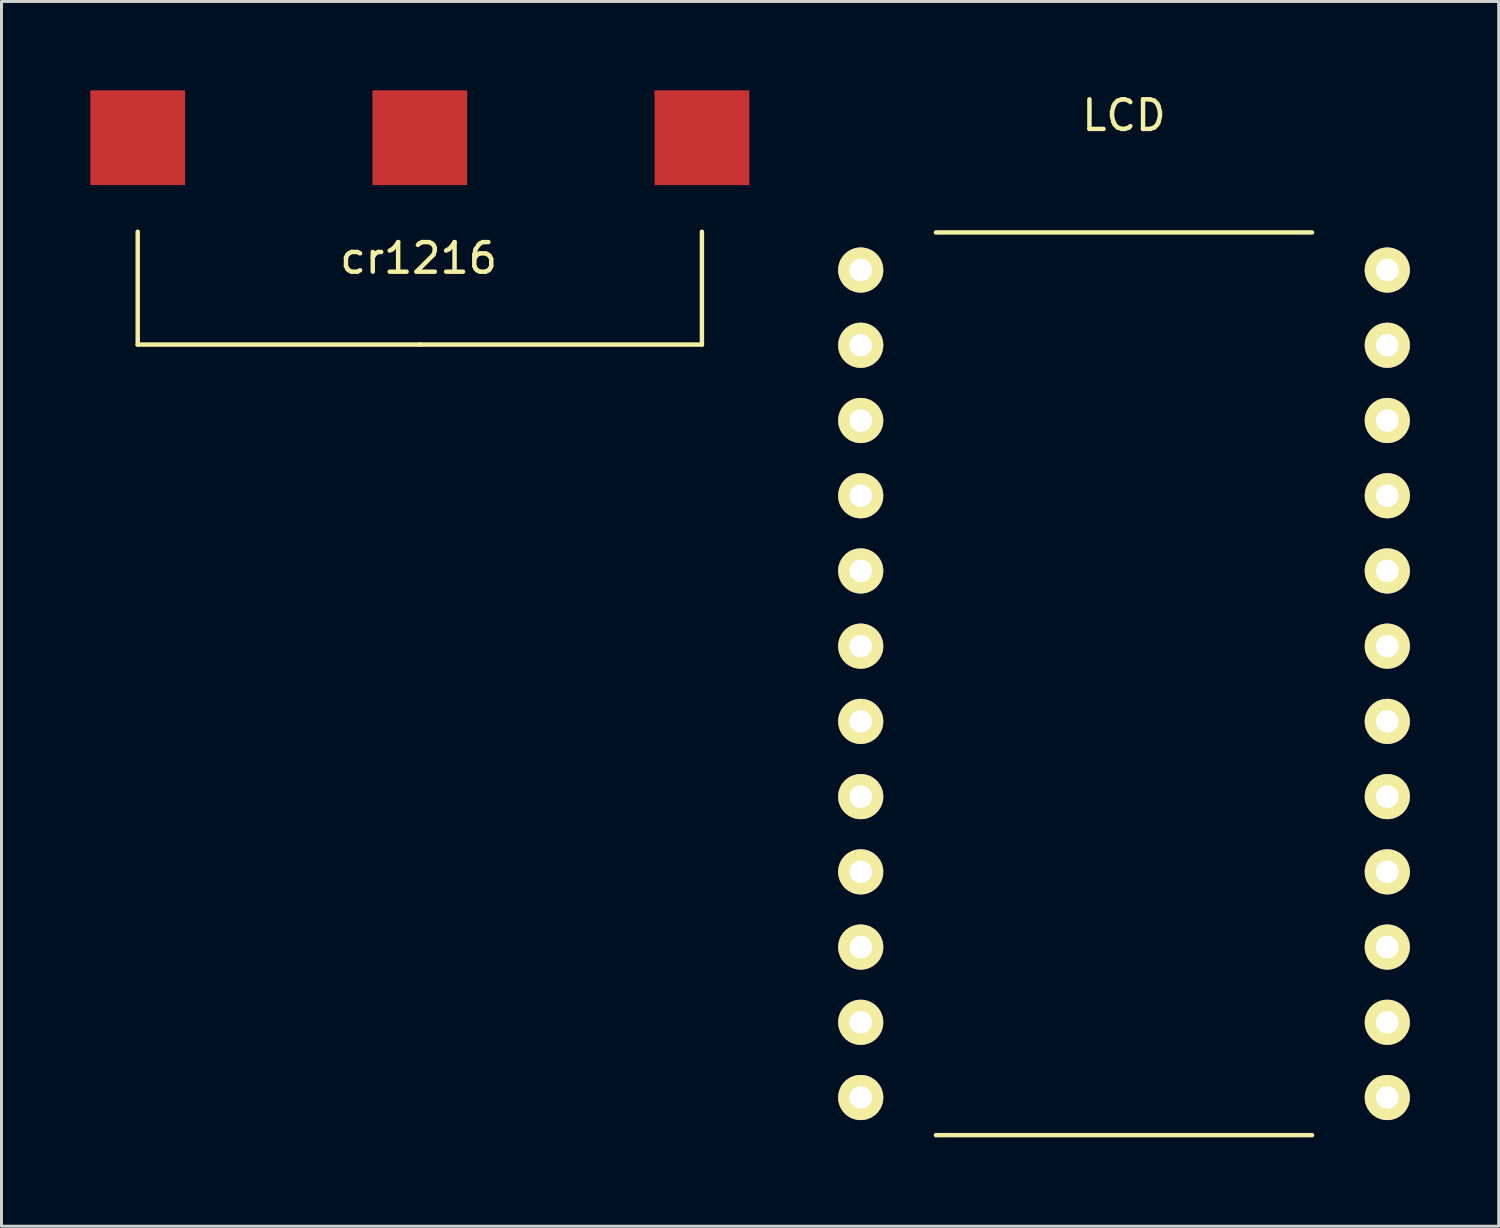
<source format=kicad_pcb>
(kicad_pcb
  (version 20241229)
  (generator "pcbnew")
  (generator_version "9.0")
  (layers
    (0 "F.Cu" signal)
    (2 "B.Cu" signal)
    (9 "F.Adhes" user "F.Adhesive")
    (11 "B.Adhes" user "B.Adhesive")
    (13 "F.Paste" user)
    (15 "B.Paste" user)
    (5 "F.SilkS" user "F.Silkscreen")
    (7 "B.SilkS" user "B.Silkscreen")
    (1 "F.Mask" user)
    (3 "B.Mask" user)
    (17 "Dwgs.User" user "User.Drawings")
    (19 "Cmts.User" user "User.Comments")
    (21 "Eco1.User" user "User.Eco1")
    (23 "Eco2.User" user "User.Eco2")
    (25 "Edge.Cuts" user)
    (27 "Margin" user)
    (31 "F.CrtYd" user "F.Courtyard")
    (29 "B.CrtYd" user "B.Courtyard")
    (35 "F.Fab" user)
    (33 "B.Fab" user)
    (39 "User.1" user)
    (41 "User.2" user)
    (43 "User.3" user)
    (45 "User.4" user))
  (footprint "cr1216"
    (layer "F.Cu")
    (at 11.125 1.6)
    (property "Reference" "cr1216" (at -0.041 4.069 0) (layer "F.SilkS") (effects (font (size 1 1) (thickness 0.15))))
    (attr through_hole)
    (fp_line (start -9.525 6.985) (end -9.525 3.175) (stroke (width 0.15) (type solid)) (layer "F.SilkS"))
    (fp_line (start 0 6.985) (end -9.525 6.985) (stroke (width 0.15) (type solid)) (layer "F.SilkS"))
    (fp_line (start 0 6.985) (end 9.525 6.985) (stroke (width 0.15) (type solid)) (layer "F.SilkS"))
    (fp_line (start 9.525 6.985) (end 9.525 3.175) (stroke (width 0.15) (type solid)) (layer "F.SilkS"))
    (pad "1" smd rect (at -9.525 0) (size 3.2 3.2) (layers "F.Cu" "F.Mask" "F.Paste"))
    (pad "1" smd rect (at 9.525 0) (size 3.2 3.2) (layers "F.Cu" "F.Mask" "F.Paste"))
    (pad "2" smd rect (at 0 0) (size 3.2 3.2) (layers "F.Cu" "F.Mask" "F.Paste")))
  (footprint "LCD"
    (layer "F.Cu")
    (at 34.902 6.068)
    (property "Reference" "LCD" (at 0 -5.22 0) (layer "F.SilkS") (effects (font (size 1 1) (thickness 0.15))))
    (attr through_hole)
    (fp_line (start -6.35 -1.27) (end 6.35 -1.27) (stroke (width 0.15) (type solid)) (layer "F.SilkS"))
    (fp_line (start -6.35 29.21) (end 6.35 29.21) (stroke (width 0.15) (type solid)) (layer "F.SilkS"))
    (pad "1" thru_hole circle (at -8.89 0) (size 1.524 1.524) (drill 0.762) (layers "*.Cu" "*.Mask" "F.SilkS"))
    (pad "2" thru_hole circle (at -8.89 2.54) (size 1.524 1.524) (drill 0.762) (layers "*.Cu" "*.Mask" "F.SilkS"))
    (pad "3" thru_hole circle (at -8.89 5.08) (size 1.524 1.524) (drill 0.762) (layers "*.Cu" "*.Mask" "F.SilkS"))
    (pad "4" thru_hole circle (at -8.89 7.62) (size 1.524 1.524) (drill 0.762) (layers "*.Cu" "*.Mask" "F.SilkS"))
    (pad "5" thru_hole circle (at -8.89 10.16) (size 1.524 1.524) (drill 0.762) (layers "*.Cu" "*.Mask" "F.SilkS"))
    (pad "6" thru_hole circle (at -8.89 12.7) (size 1.524 1.524) (drill 0.762) (layers "*.Cu" "*.Mask" "F.SilkS"))
    (pad "7" thru_hole circle (at -8.89 15.24) (size 1.524 1.524) (drill 0.762) (layers "*.Cu" "*.Mask" "F.SilkS"))
    (pad "8" thru_hole circle (at -8.89 17.78) (size 1.524 1.524) (drill 0.762) (layers "*.Cu" "*.Mask" "F.SilkS"))
    (pad "9" thru_hole circle (at -8.89 20.32) (size 1.524 1.524) (drill 0.762) (layers "*.Cu" "*.Mask" "F.SilkS"))
    (pad "10" thru_hole circle (at -8.89 22.86) (size 1.524 1.524) (drill 0.762) (layers "*.Cu" "*.Mask" "F.SilkS"))
    (pad "11" thru_hole circle (at -8.89 25.4) (size 1.524 1.524) (drill 0.762) (layers "*.Cu" "*.Mask" "F.SilkS"))
    (pad "12" thru_hole circle (at -8.89 27.94) (size 1.524 1.524) (drill 0.762) (layers "*.Cu" "*.Mask" "F.SilkS"))
    (pad "13" thru_hole circle (at 8.89 27.94) (size 1.524 1.524) (drill 0.762) (layers "*.Cu" "*.Mask" "F.SilkS"))
    (pad "14" thru_hole circle (at 8.89 25.4) (size 1.524 1.524) (drill 0.762) (layers "*.Cu" "*.Mask" "F.SilkS"))
    (pad "15" thru_hole circle (at 8.89 22.86) (size 1.524 1.524) (drill 0.762) (layers "*.Cu" "*.Mask" "F.SilkS"))
    (pad "16" thru_hole circle (at 8.89 20.32) (size 1.524 1.524) (drill 0.762) (layers "*.Cu" "*.Mask" "F.SilkS"))
    (pad "17" thru_hole circle (at 8.89 17.78) (size 1.524 1.524) (drill 0.762) (layers "*.Cu" "*.Mask" "F.SilkS"))
    (pad "18" thru_hole circle (at 8.89 15.24) (size 1.524 1.524) (drill 0.762) (layers "*.Cu" "*.Mask" "F.SilkS"))
    (pad "19" thru_hole circle (at 8.89 12.7) (size 1.524 1.524) (drill 0.762) (layers "*.Cu" "*.Mask" "F.SilkS"))
    (pad "20" thru_hole circle (at 8.89 10.16) (size 1.524 1.524) (drill 0.762) (layers "*.Cu" "*.Mask" "F.SilkS"))
    (pad "21" thru_hole circle (at 8.89 7.62) (size 1.524 1.524) (drill 0.762) (layers "*.Cu" "*.Mask" "F.SilkS"))
    (pad "22" thru_hole circle (at 8.89 5.08) (size 1.524 1.524) (drill 0.762) (layers "*.Cu" "*.Mask" "F.SilkS"))
    (pad "23" thru_hole circle (at 8.89 2.54) (size 1.524 1.524) (drill 0.762) (layers "*.Cu" "*.Mask" "F.SilkS"))
    (pad "24" thru_hole circle (at 8.89 0) (size 1.524 1.524) (drill 0.762) (layers "*.Cu" "*.Mask" "F.SilkS")))
  (gr_rect
    (start -3 -3)
    (end 47.554 38.353)
    (stroke (width 0.1) (type default))
    (fill no)
    (layer "Edge.Cuts")))
</source>
